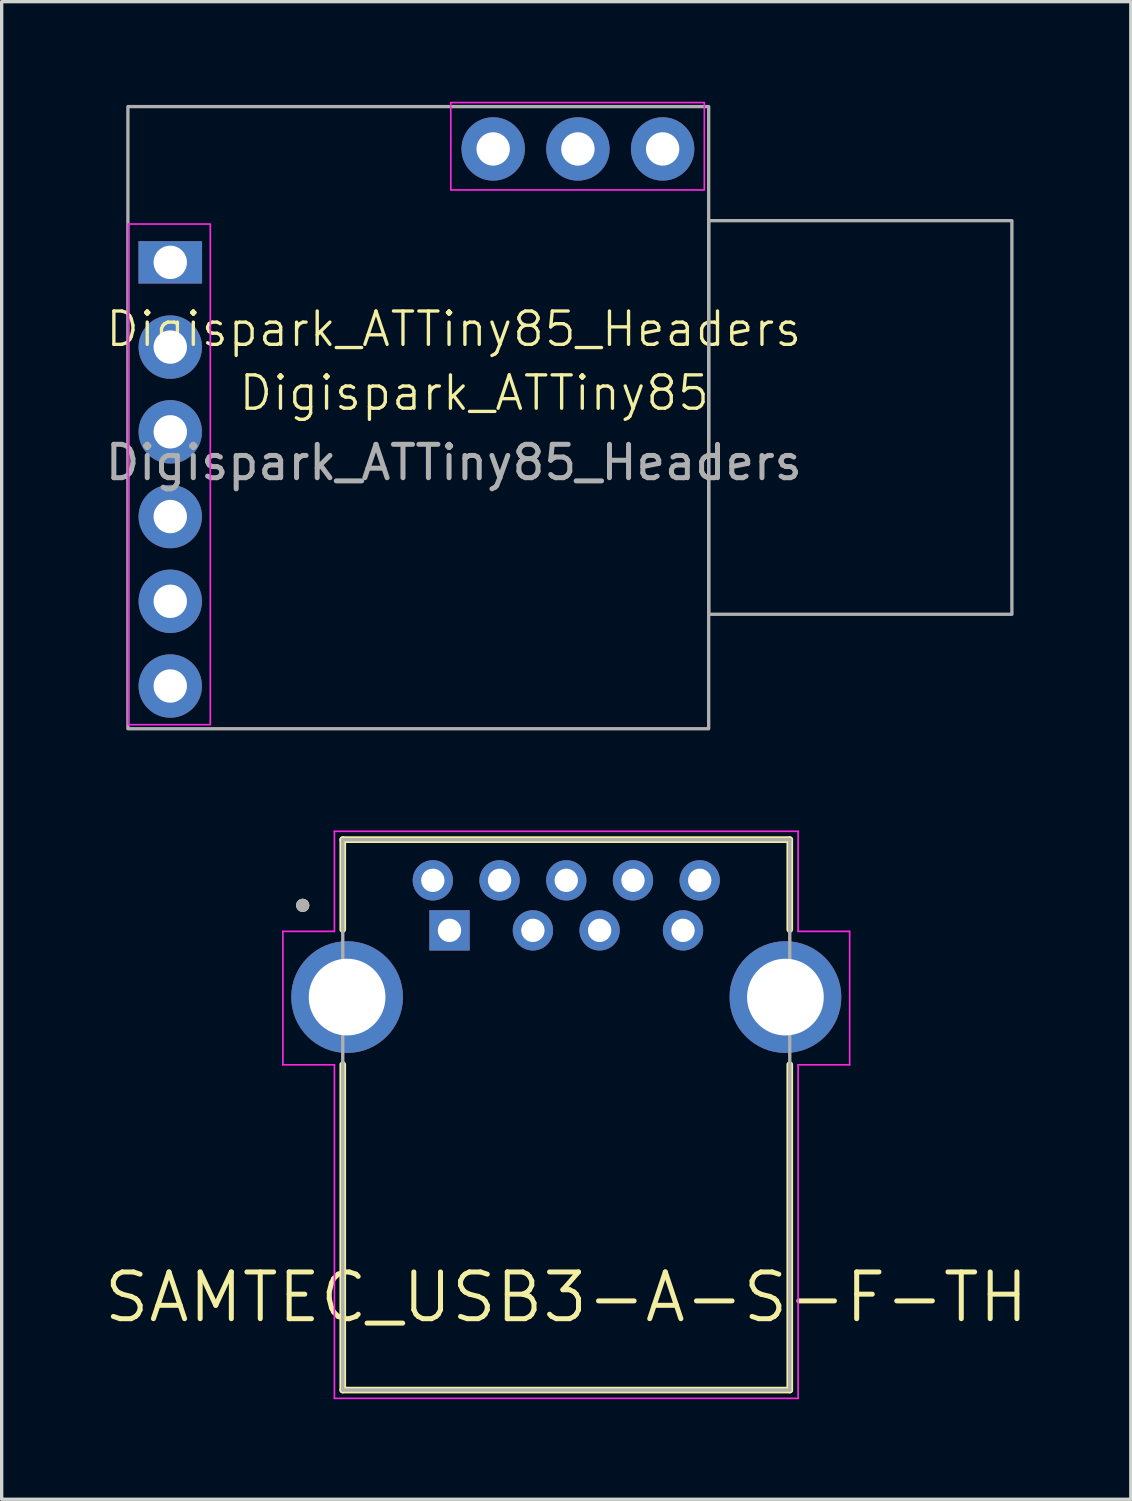
<source format=kicad_pcb>
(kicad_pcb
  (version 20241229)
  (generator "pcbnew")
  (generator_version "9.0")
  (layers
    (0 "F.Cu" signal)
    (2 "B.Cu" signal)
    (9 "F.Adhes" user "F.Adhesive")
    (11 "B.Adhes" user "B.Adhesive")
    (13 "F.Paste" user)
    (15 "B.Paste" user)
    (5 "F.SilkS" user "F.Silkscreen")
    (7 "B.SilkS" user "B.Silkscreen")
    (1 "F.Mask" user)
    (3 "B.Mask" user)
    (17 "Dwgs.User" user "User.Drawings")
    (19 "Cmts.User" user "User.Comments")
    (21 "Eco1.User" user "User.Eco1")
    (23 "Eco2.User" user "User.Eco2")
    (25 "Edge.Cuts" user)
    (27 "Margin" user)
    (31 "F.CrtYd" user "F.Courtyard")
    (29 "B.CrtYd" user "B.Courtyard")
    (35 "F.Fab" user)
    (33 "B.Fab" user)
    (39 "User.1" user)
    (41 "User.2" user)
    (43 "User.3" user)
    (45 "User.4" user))
  (footprint "Digispark_ATTiny85_Headers"
    (layer "F.Cu")
    (at 2.054 4.815)
    (property "Reference" "Digispark_ATTiny85_Headers" (at 8.5 2 0) (unlocked yes) (layer "F.SilkS") (effects (font (size 1 1) (thickness 0.1))))
    (attr smd)
    (fp_rect (start -1.26 -1.15) (end 1.2 13.86) (stroke (width 0.05) (type default)) (fill no) (layer "F.CrtYd"))
    (fp_rect (start 8.41 -4.79) (end 16.01 -2.17) (stroke (width 0.05) (type default)) (fill no) (layer "F.CrtYd"))
    (fp_rect (start -1.27 -4.67) (end 16.14 13.98) (stroke (width 0.1) (type solid)) (fill no) (layer "F.Fab"))
    (fp_rect (start 16.14 -1.25) (end 25.23 10.55) (stroke (width 0.1) (type solid)) (fill no) (layer "F.Fab"))
    (fp_text user "Digispark_ATTiny85" (at 2 4.5 0) (unlocked yes) (layer "F.SilkS") (effects (font (size 1 1) (thickness 0.1)) (justify left bottom)))
    (fp_text user "${REFERENCE}" (at 8.5 6 0) (unlocked yes) (layer "F.Fab") (effects (font (size 1 1) (thickness 0.15))))
    (pad "0" thru_hole rect (at 0 0) (size 1.905 1.27) (drill 1) (layers "*.Cu" "*.Mask"))
    (pad "1" thru_hole circle (at 0 2.54) (size 1.9 1.9) (drill 1) (layers "*.Cu" "*.Mask"))
    (pad "2" thru_hole circle (at 0 5.08) (size 1.9 1.9) (drill 1) (layers "*.Cu" "*.Mask"))
    (pad "3" thru_hole circle (at 0 7.62) (size 1.9 1.9) (drill 1) (layers "*.Cu" "*.Mask"))
    (pad "4" thru_hole circle (at 0 10.16) (size 1.9 1.9) (drill 1) (layers "*.Cu" "*.Mask"))
    (pad "5" thru_hole circle (at 0 12.7) (size 1.9 1.9) (drill 1) (layers "*.Cu" "*.Mask"))
    (pad "6" thru_hole circle (at 9.68 -3.4) (size 1.9 1.9) (drill 1) (layers "*.Cu" "*.Mask"))
    (pad "7" thru_hole circle (at 12.22 -3.4) (size 1.9 1.9) (drill 1) (layers "*.Cu" "*.Mask"))
    (pad "8" thru_hole circle (at 14.76 -3.4) (size 1.9 1.9) (drill 1) (layers "*.Cu" "*.Mask")))
  (footprint "SAMTEC_USB3-A-S-F-TH"
    (layer "F.Cu")
    (at 13.925 26.84)
    (property "Reference" "SAMTEC_USB3-A-S-F-TH" (at 0 9 0) (layer "F.SilkS") (effects (font (size 1.401 1.401) (thickness 0.15))))
    (attr through_hole)
    (fp_line (start -6.7 -4.72) (end -6.7 -2.025) (stroke (width 0.2) (type solid)) (layer "F.SilkS"))
    (fp_line (start -6.7 -4.72) (end 6.7 -4.72) (stroke (width 0.2) (type solid)) (layer "F.SilkS"))
    (fp_line (start -6.7 11.78) (end -6.7 2.025) (stroke (width 0.2) (type solid)) (layer "F.SilkS"))
    (fp_line (start 6.7 -4.72) (end 6.7 -2.025) (stroke (width 0.2) (type solid)) (layer "F.SilkS"))
    (fp_line (start 6.7 2.025) (end 6.7 11.78) (stroke (width 0.2) (type solid)) (layer "F.SilkS"))
    (fp_line (start 6.7 11.78) (end -6.7 11.78) (stroke (width 0.2) (type solid)) (layer "F.SilkS"))
    (fp_circle (center -7.9 -2.75) (end -7.8 -2.75) (stroke (width 0.2) (type solid)) (fill no) (layer "F.SilkS"))
    (fp_line (start -8.495 -1.97) (end -6.95 -1.97) (stroke (width 0.05) (type solid)) (layer "F.CrtYd"))
    (fp_line (start -8.495 2.03) (end -8.495 -1.97) (stroke (width 0.05) (type solid)) (layer "F.CrtYd"))
    (fp_line (start -6.95 -4.97) (end 6.95 -4.97) (stroke (width 0.05) (type solid)) (layer "F.CrtYd"))
    (fp_line (start -6.95 -1.97) (end -6.95 -4.97) (stroke (width 0.05) (type solid)) (layer "F.CrtYd"))
    (fp_line (start -6.95 2.03) (end -8.495 2.03) (stroke (width 0.05) (type solid)) (layer "F.CrtYd"))
    (fp_line (start -6.95 12.03) (end -6.95 2.03) (stroke (width 0.05) (type solid)) (layer "F.CrtYd"))
    (fp_line (start 6.95 -4.97) (end 6.95 -1.97) (stroke (width 0.05) (type solid)) (layer "F.CrtYd"))
    (fp_line (start 6.95 -1.97) (end 8.495 -1.97) (stroke (width 0.05) (type solid)) (layer "F.CrtYd"))
    (fp_line (start 6.95 2.03) (end 6.95 12.03) (stroke (width 0.05) (type solid)) (layer "F.CrtYd"))
    (fp_line (start 6.95 12.03) (end -6.95 12.03) (stroke (width 0.05) (type solid)) (layer "F.CrtYd"))
    (fp_line (start 8.495 -1.97) (end 8.495 2.03) (stroke (width 0.05) (type solid)) (layer "F.CrtYd"))
    (fp_line (start 8.495 2.03) (end 6.95 2.03) (stroke (width 0.05) (type solid)) (layer "F.CrtYd"))
    (fp_line (start -6.7 -4.72) (end 6.7 -4.72) (stroke (width 0.1) (type solid)) (layer "F.Fab"))
    (fp_line (start -6.7 11.78) (end -6.7 -4.72) (stroke (width 0.1) (type solid)) (layer "F.Fab"))
    (fp_line (start 6.7 -4.72) (end 6.7 11.78) (stroke (width 0.1) (type solid)) (layer "F.Fab"))
    (fp_line (start 6.7 11.78) (end -6.7 11.78) (stroke (width 0.1) (type solid)) (layer "F.Fab"))
    (fp_circle (center -7.9 -2.75) (end -7.8 -2.75) (stroke (width 0.2) (type solid)) (fill no) (layer "F.Fab"))
    (pad "1" thru_hole rect (at -3.5 -2) (size 1.208 1.208) (drill 0.7) (layers "*.Cu" "*.Mask"))
    (pad "2" thru_hole circle (at -1 -2) (size 1.208 1.208) (drill 0.7) (layers "*.Cu" "*.Mask"))
    (pad "3" thru_hole circle (at 1 -2) (size 1.208 1.208) (drill 0.7) (layers "*.Cu" "*.Mask"))
    (pad "4" thru_hole circle (at 3.5 -2) (size 1.208 1.208) (drill 0.7) (layers "*.Cu" "*.Mask"))
    (pad "5" thru_hole circle (at 4 -3.5) (size 1.208 1.208) (drill 0.7) (layers "*.Cu" "*.Mask"))
    (pad "6" thru_hole circle (at 2 -3.5) (size 1.208 1.208) (drill 0.7) (layers "*.Cu" "*.Mask"))
    (pad "7" thru_hole circle (at 0 -3.5) (size 1.208 1.208) (drill 0.7) (layers "*.Cu" "*.Mask"))
    (pad "8" thru_hole circle (at -2 -3.5) (size 1.208 1.208) (drill 0.7) (layers "*.Cu" "*.Mask"))
    (pad "9" thru_hole circle (at -4 -3.5) (size 1.208 1.208) (drill 0.7) (layers "*.Cu" "*.Mask"))
    (pad "10" thru_hole circle (at -6.57 0) (size 3.35 3.35) (drill 2.3) (layers "*.Cu" "*.Mask"))
    (pad "10" thru_hole circle (at 6.57 0) (size 3.35 3.35) (drill 2.3) (layers "*.Cu" "*.Mask")))
  (gr_rect
    (start -3 -3)
    (end 30.849 41.895)
    (stroke (width 0.1) (type default))
    (fill no)
    (layer "Edge.Cuts")))
</source>
